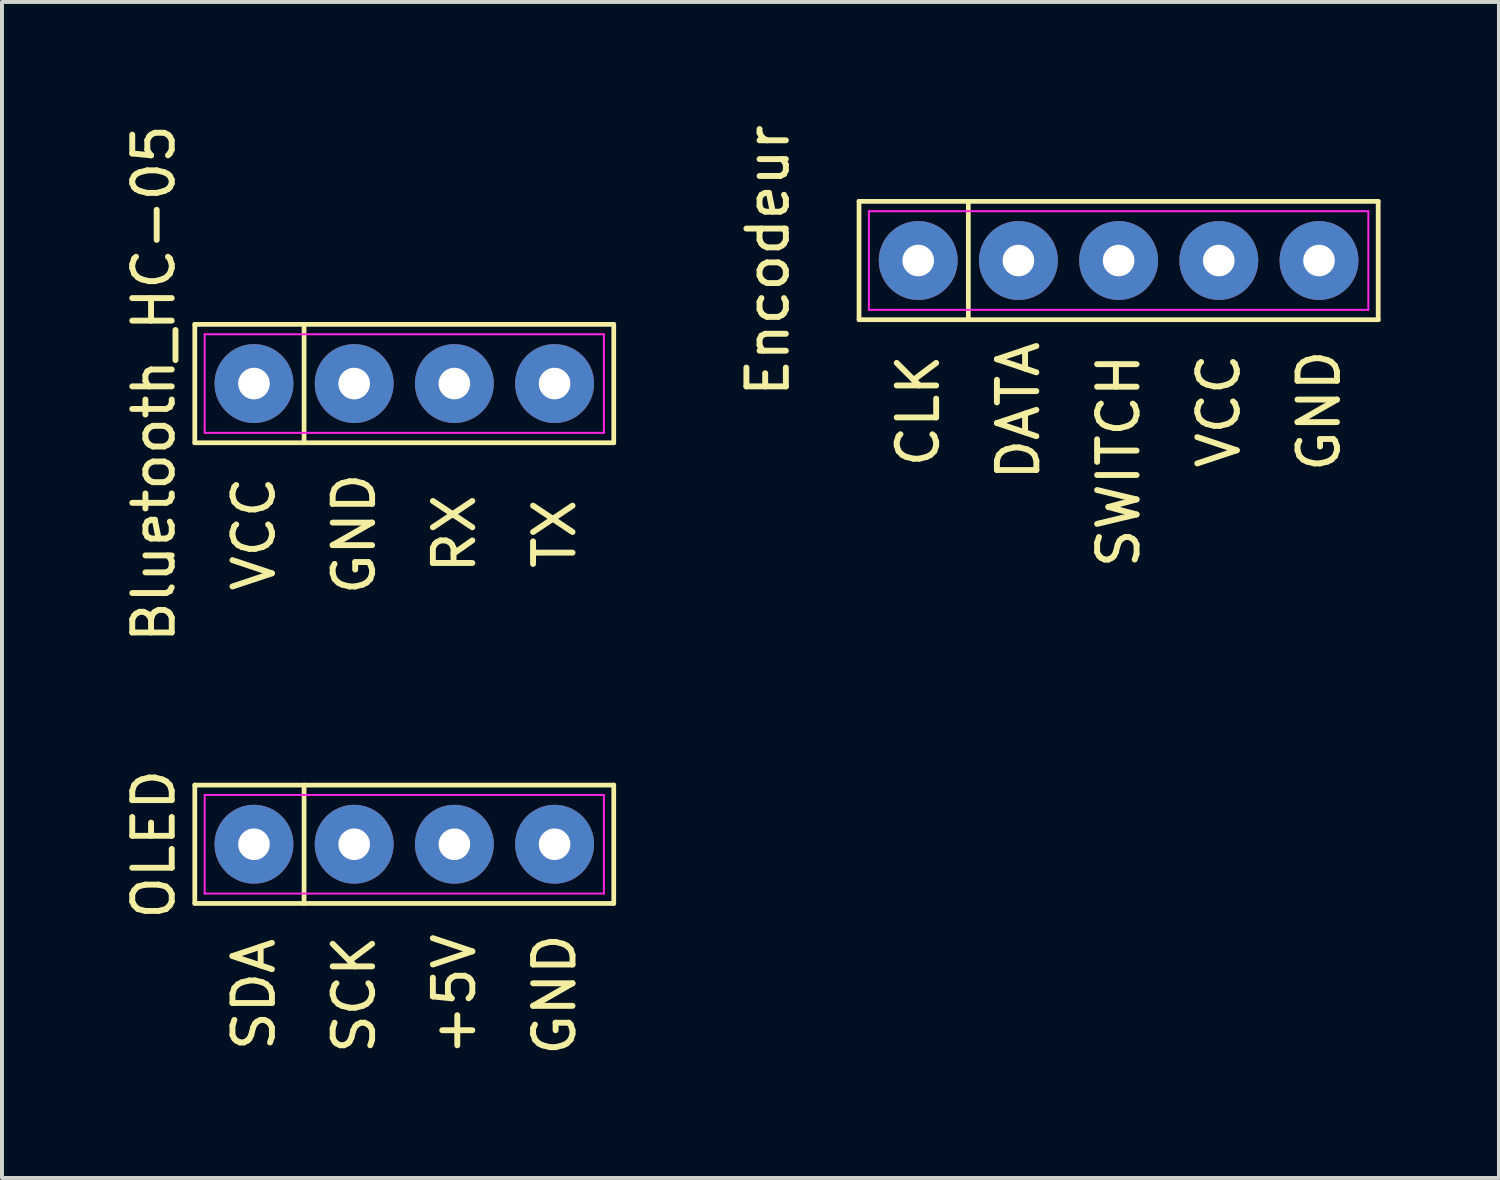
<source format=kicad_pcb>
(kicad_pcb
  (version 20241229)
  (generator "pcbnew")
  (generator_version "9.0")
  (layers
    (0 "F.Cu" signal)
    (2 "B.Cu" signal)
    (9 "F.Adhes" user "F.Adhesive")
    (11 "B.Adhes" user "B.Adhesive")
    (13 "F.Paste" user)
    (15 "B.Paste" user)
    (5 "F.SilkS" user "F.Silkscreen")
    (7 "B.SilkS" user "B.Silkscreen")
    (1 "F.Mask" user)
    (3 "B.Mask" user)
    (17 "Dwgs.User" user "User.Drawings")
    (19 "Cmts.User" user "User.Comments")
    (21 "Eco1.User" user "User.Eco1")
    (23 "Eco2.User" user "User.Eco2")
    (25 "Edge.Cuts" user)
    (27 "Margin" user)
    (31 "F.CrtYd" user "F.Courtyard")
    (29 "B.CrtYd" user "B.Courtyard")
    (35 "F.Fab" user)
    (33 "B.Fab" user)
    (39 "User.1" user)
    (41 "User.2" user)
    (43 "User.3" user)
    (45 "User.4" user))
  (footprint "Bluetooth_HC-05"
    (layer "F.Cu")
    (at 7.198 6.673)
    (property "Reference" "Bluetooth_HC-05" (at -6.35 0 90) (layer "F.SilkS") (effects (font (size 1 1) (thickness 0.15))))
    (attr through_hole)
    (fp_line (start -5.31 -1.5) (end 5.31 -1.5) (stroke (width 0.12) (type solid)) (layer "F.SilkS"))
    (fp_line (start -5.31 1.5) (end -5.31 -1.5) (stroke (width 0.12) (type solid)) (layer "F.SilkS"))
    (fp_line (start -2.54 -1.5) (end -2.54 1.5) (stroke (width 0.12) (type solid)) (layer "F.SilkS"))
    (fp_line (start 5.31 -1.5) (end 5.31 1.5) (stroke (width 0.12) (type solid)) (layer "F.SilkS"))
    (fp_line (start 5.31 1.5) (end -5.31 1.5) (stroke (width 0.12) (type solid)) (layer "F.SilkS"))
    (fp_line (start -5.06 -1.25) (end 5.06 -1.25) (stroke (width 0.05) (type solid)) (layer "F.CrtYd"))
    (fp_line (start -5.06 1.25) (end -5.06 -1.25) (stroke (width 0.05) (type solid)) (layer "F.CrtYd"))
    (fp_line (start 5.06 -1.25) (end 5.06 1.25) (stroke (width 0.05) (type solid)) (layer "F.CrtYd"))
    (fp_line (start 5.06 1.25) (end -5.06 1.25) (stroke (width 0.05) (type solid)) (layer "F.CrtYd"))
    (fp_text user "VCC" (at -3.81 3.81 90) (layer "F.SilkS") (effects (font (size 1 1) (thickness 0.15))))
    (fp_text user "GND" (at -1.27 3.81 90) (layer "F.SilkS") (effects (font (size 1 1) (thickness 0.15))))
    (fp_text user "TX" (at 3.81 3.81 90) (layer "F.SilkS") (effects (font (size 1 1) (thickness 0.15))))
    (fp_text user "RX" (at 1.27 3.81 90) (layer "F.SilkS") (effects (font (size 1 1) (thickness 0.15))))
    (pad "1" thru_hole circle (at -3.81 0) (size 2 2) (drill 0.8) (layers "*.Cu" "*.Mask"))
    (pad "2" thru_hole circle (at -1.27 0) (size 2 2) (drill 0.8) (layers "*.Cu" "*.Mask"))
    (pad "3" thru_hole circle (at 1.27 0) (size 2 2) (drill 0.8) (layers "*.Cu" "*.Mask"))
    (pad "4" thru_hole circle (at 3.81 0) (size 2 2) (drill 0.8) (layers "*.Cu" "*.Mask")))
  (footprint "Encodeur"
    (layer "F.Cu")
    (at 25.306 3.554)
    (property "Reference" "Encodeur" (at -8.89 0 90) (layer "F.SilkS") (effects (font (size 1 1) (thickness 0.15))))
    (attr through_hole)
    (fp_line (start -6.58 -1.5) (end 6.58 -1.5) (stroke (width 0.12) (type solid)) (layer "F.SilkS"))
    (fp_line (start -6.58 1.5) (end -6.58 -1.5) (stroke (width 0.12) (type solid)) (layer "F.SilkS"))
    (fp_line (start -3.81 -1.5) (end -3.81 1.5) (stroke (width 0.12) (type solid)) (layer "F.SilkS"))
    (fp_line (start 6.58 -1.5) (end 6.58 1.5) (stroke (width 0.12) (type solid)) (layer "F.SilkS"))
    (fp_line (start 6.58 1.5) (end -6.58 1.5) (stroke (width 0.12) (type solid)) (layer "F.SilkS"))
    (fp_line (start -6.33 -1.25) (end 6.33 -1.25) (stroke (width 0.05) (type solid)) (layer "F.CrtYd"))
    (fp_line (start -6.33 1.25) (end -6.33 -1.25) (stroke (width 0.05) (type solid)) (layer "F.CrtYd"))
    (fp_line (start 6.33 -1.25) (end 6.33 1.25) (stroke (width 0.05) (type solid)) (layer "F.CrtYd"))
    (fp_line (start 6.33 1.25) (end -6.33 1.25) (stroke (width 0.05) (type solid)) (layer "F.CrtYd"))
    (fp_text user "DATA" (at -2.54 3.81 90) (layer "F.SilkS") (effects (font (size 1 1) (thickness 0.15))))
    (fp_text user "GND" (at 5.08 3.81 90) (layer "F.SilkS") (effects (font (size 1 1) (thickness 0.15))))
    (fp_text user "VCC" (at 2.54 3.81 90) (layer "F.SilkS") (effects (font (size 1 1) (thickness 0.15))))
    (fp_text user "CLK" (at -5.08 3.81 90) (layer "F.SilkS") (effects (font (size 1 1) (thickness 0.15))))
    (fp_text user "SWITCH" (at 0 5.08 90) (layer "F.SilkS") (effects (font (size 1 1) (thickness 0.15))))
    (pad "1" thru_hole circle (at -5.08 0) (size 2 2) (drill 0.8) (layers "*.Cu" "*.Mask"))
    (pad "2" thru_hole circle (at -2.54 0) (size 2 2) (drill 0.8) (layers "*.Cu" "*.Mask"))
    (pad "3" thru_hole circle (at 0 0) (size 2 2) (drill 0.8) (layers "*.Cu" "*.Mask"))
    (pad "4" thru_hole circle (at 2.54 0) (size 2 2) (drill 0.8) (layers "*.Cu" "*.Mask"))
    (pad "5" thru_hole circle (at 5.08 0) (size 2 2) (drill 0.8) (layers "*.Cu" "*.Mask")))
  (footprint "OLED"
    (layer "F.Cu")
    (at 7.198 18.351)
    (property "Reference" "OLED" (at -6.35 0 90) (layer "F.SilkS") (effects (font (size 1 1) (thickness 0.15))))
    (attr through_hole)
    (fp_line (start -5.31 -1.5) (end 5.31 -1.5) (stroke (width 0.12) (type solid)) (layer "F.SilkS"))
    (fp_line (start -5.31 1.5) (end -5.31 -1.5) (stroke (width 0.12) (type solid)) (layer "F.SilkS"))
    (fp_line (start -2.54 -1.5) (end -2.54 1.5) (stroke (width 0.12) (type solid)) (layer "F.SilkS"))
    (fp_line (start 5.31 -1.5) (end 5.31 1.5) (stroke (width 0.12) (type solid)) (layer "F.SilkS"))
    (fp_line (start 5.31 1.5) (end -5.31 1.5) (stroke (width 0.12) (type solid)) (layer "F.SilkS"))
    (fp_line (start -5.06 -1.25) (end 5.06 -1.25) (stroke (width 0.05) (type solid)) (layer "F.CrtYd"))
    (fp_line (start -5.06 1.25) (end -5.06 -1.25) (stroke (width 0.05) (type solid)) (layer "F.CrtYd"))
    (fp_line (start 5.06 -1.25) (end 5.06 1.25) (stroke (width 0.05) (type solid)) (layer "F.CrtYd"))
    (fp_line (start 5.06 1.25) (end -5.06 1.25) (stroke (width 0.05) (type solid)) (layer "F.CrtYd"))
    (fp_text user "GND" (at 3.81 3.81 90) (layer "F.SilkS") (effects (font (size 1 1) (thickness 0.15))))
    (fp_text user "SDA" (at -3.81 3.81 90) (layer "F.SilkS") (effects (font (size 1 1) (thickness 0.15))))
    (fp_text user "SCK" (at -1.27 3.81 90) (layer "F.SilkS") (effects (font (size 1 1) (thickness 0.15))))
    (fp_text user "+5V" (at 1.27 3.81 90) (layer "F.SilkS") (effects (font (size 1 1) (thickness 0.15))))
    (pad "1" thru_hole circle (at -3.81 0) (size 2 2) (drill 0.8) (layers "*.Cu" "*.Mask"))
    (pad "2" thru_hole circle (at -1.27 0) (size 2 2) (drill 0.8) (layers "*.Cu" "*.Mask"))
    (pad "3" thru_hole circle (at 1.27 0) (size 2 2) (drill 0.8) (layers "*.Cu" "*.Mask"))
    (pad "4" thru_hole circle (at 3.81 0) (size 2 2) (drill 0.8) (layers "*.Cu" "*.Mask")))
  (gr_rect
    (start -3 -3)
    (end 34.947 26.81)
    (stroke (width 0.1) (type default))
    (fill no)
    (layer "Edge.Cuts")))
</source>
